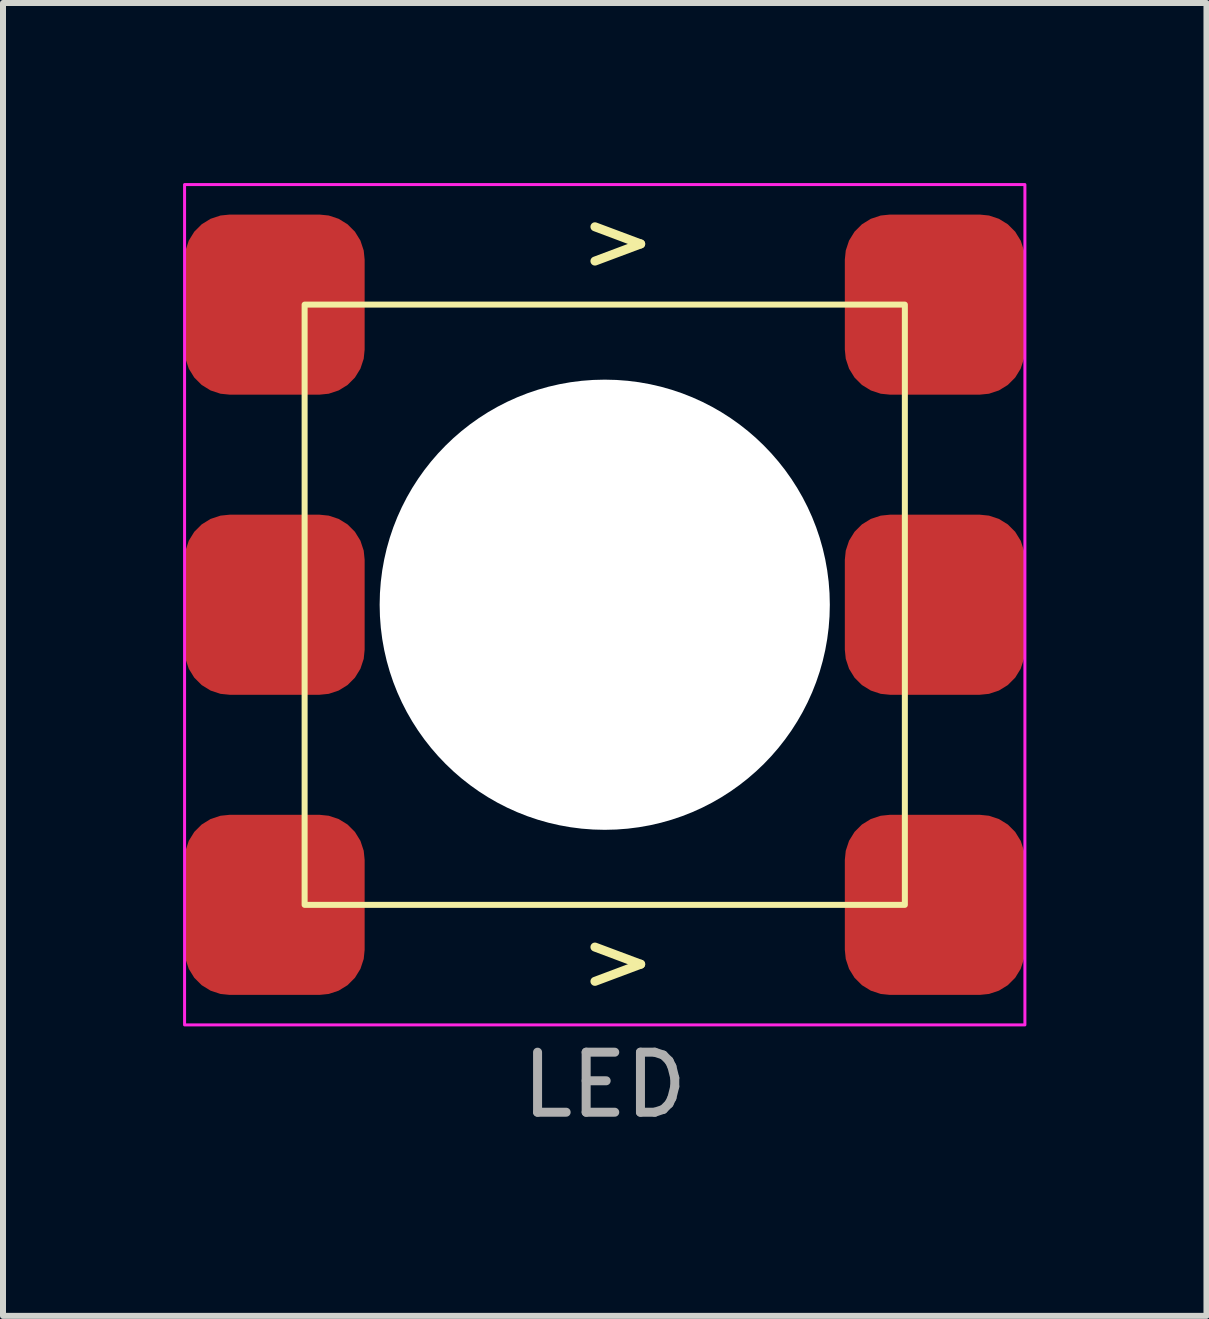
<source format=kicad_pcb>
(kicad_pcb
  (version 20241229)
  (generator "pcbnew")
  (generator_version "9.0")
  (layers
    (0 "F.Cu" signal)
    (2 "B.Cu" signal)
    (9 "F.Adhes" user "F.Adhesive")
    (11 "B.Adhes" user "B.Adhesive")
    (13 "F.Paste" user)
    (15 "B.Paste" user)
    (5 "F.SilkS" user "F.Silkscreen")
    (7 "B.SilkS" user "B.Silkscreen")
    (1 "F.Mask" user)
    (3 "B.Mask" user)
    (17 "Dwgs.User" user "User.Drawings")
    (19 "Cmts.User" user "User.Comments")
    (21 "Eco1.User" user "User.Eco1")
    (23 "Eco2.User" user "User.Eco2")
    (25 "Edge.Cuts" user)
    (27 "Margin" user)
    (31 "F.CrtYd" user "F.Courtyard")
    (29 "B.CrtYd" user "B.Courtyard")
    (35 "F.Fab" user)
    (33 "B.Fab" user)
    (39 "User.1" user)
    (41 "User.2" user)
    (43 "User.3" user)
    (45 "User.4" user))
  (footprint "LED"
    (layer "F.Cu")
    (at 7.025 7.025)
    (property "Reference" "LED" (at 0 -0.5 0) (unlocked yes) (layer "F.SilkS") (effects (font (size 1 1) (thickness 0.1))))
    (attr smd)
    (fp_rect (start -5 -5) (end 5 5) (stroke (width 0.1) (type default)) (fill no) (layer "F.SilkS"))
    (fp_rect (start -7 7) (end 7 -7) (stroke (width 0.05) (type default)) (fill no) (layer "F.CrtYd"))
    (fp_text user ">" (at -0.5 6.5 0) (unlocked yes) (layer "F.SilkS") (effects (font (size 1 1) (thickness 0.15)) (justify left bottom)))
    (fp_text user ">" (at -0.5 -5.5 0) (unlocked yes) (layer "F.SilkS") (effects (font (size 1 1) (thickness 0.15)) (justify left bottom)))
    (fp_text user "${REFERENCE}" (at 0 8 0) (unlocked yes) (layer "F.Fab") (effects (font (size 1 1) (thickness 0.15))))
    (pad "" np_thru_hole circle (at 0 0) (size 7.5 7.5) (drill 7.5) (layers "*.Cu" "*.Mask"))
    (pad "1" smd roundrect (at -5.5 -5) (size 3 3) (layers "F.Cu" "F.Mask" "F.Paste") (roundrect_rratio 0.25))
    (pad "2" smd roundrect (at -5.5 0) (size 3 3) (layers "F.Cu" "F.Mask" "F.Paste") (roundrect_rratio 0.25))
    (pad "3" smd roundrect (at -5.5 5) (size 3 3) (layers "F.Cu" "F.Mask" "F.Paste") (roundrect_rratio 0.25))
    (pad "4" smd roundrect (at 5.5 -5) (size 3 3) (layers "F.Cu" "F.Mask" "F.Paste") (roundrect_rratio 0.25))
    (pad "5" smd roundrect (at 5.5 0) (size 3 3) (layers "F.Cu" "F.Mask" "F.Paste") (roundrect_rratio 0.25))
    (pad "6" smd roundrect (at 5.5 5) (size 3 3) (layers "F.Cu" "F.Mask" "F.Paste") (roundrect_rratio 0.25)))
  (gr_rect
    (start -3 -3)
    (end 17.05 18.873)
    (stroke (width 0.1) (type default))
    (fill no)
    (layer "Edge.Cuts")))
</source>
